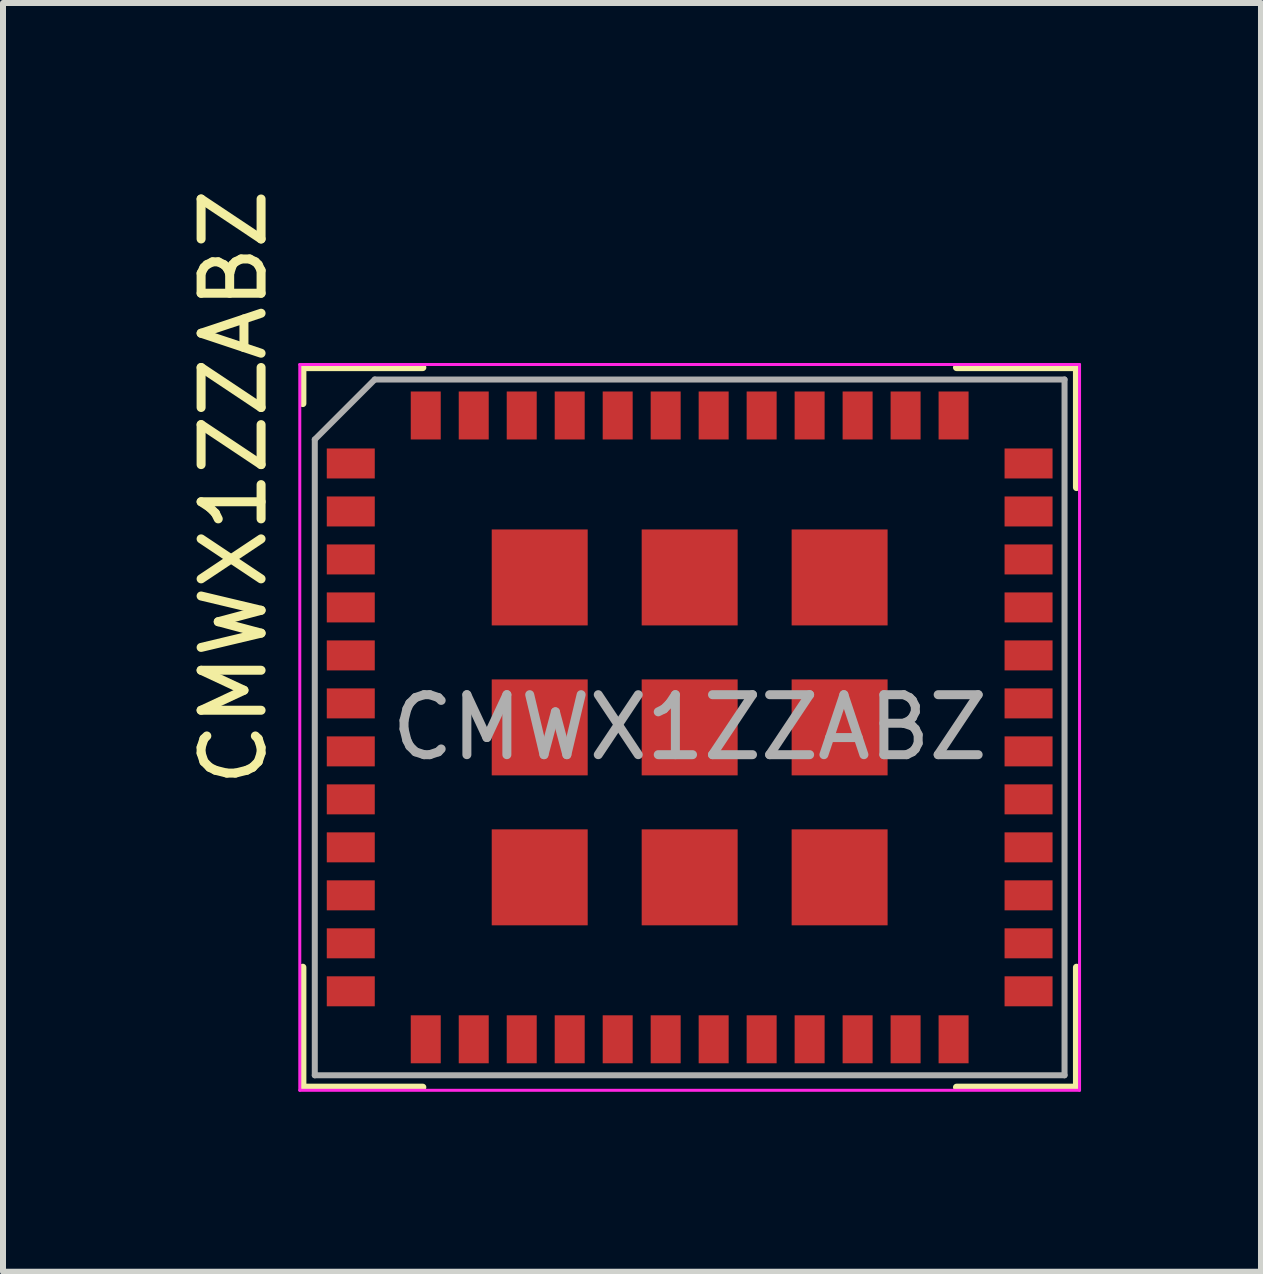
<source format=kicad_pcb>
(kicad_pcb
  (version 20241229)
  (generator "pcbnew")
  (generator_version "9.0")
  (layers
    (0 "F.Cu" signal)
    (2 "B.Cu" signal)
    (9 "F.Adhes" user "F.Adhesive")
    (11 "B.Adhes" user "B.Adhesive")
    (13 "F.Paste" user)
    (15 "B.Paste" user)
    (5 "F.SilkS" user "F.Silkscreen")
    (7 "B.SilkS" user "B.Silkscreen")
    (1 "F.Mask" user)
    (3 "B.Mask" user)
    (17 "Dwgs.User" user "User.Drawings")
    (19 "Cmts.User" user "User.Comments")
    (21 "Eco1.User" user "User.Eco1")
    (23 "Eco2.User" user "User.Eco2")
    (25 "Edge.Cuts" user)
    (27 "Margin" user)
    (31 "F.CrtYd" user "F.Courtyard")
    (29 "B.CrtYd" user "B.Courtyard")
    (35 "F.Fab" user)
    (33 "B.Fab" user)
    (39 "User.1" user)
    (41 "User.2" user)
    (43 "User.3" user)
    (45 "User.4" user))
  (footprint "CMWX1ZZABZ"
    (layer "F.Cu")
    (at 8.448 9.077)
    (property "Reference" "CMWX1ZZABZ" (at -7.6 -4 270) (layer "F.SilkS") (effects (font (size 1 1) (thickness 0.15))))
    (attr smd)
    (fp_line (start -6.45 -6) (end -6.45 -5.4) (stroke (width 0.12) (type solid)) (layer "F.SilkS"))
    (fp_line (start -6.45 -6) (end -4.45 -6) (stroke (width 0.12) (type solid)) (layer "F.SilkS"))
    (fp_line (start -6.45 4) (end -6.45 6) (stroke (width 0.12) (type solid)) (layer "F.SilkS"))
    (fp_line (start -6.45 6) (end -4.45 6) (stroke (width 0.12) (type solid)) (layer "F.SilkS"))
    (fp_line (start 4.45 -6) (end 6.45 -6) (stroke (width 0.12) (type solid)) (layer "F.SilkS"))
    (fp_line (start 4.45 6) (end 6.45 6) (stroke (width 0.12) (type solid)) (layer "F.SilkS"))
    (fp_line (start 6.45 -6) (end 6.45 -4) (stroke (width 0.12) (type solid)) (layer "F.SilkS"))
    (fp_line (start 6.45 4) (end 6.45 6) (stroke (width 0.12) (type solid)) (layer "F.SilkS"))
    (fp_line (start -6.5 -6.05) (end 6.5 -6.05) (stroke (width 0.05) (type solid)) (layer "F.CrtYd"))
    (fp_line (start -6.5 6.05) (end -6.5 -6.05) (stroke (width 0.05) (type solid)) (layer "F.CrtYd"))
    (fp_line (start -6.5 6.05) (end 6.5 6.05) (stroke (width 0.05) (type solid)) (layer "F.CrtYd"))
    (fp_line (start 6.5 -6.05) (end 6.5 6.05) (stroke (width 0.05) (type solid)) (layer "F.CrtYd"))
    (fp_line (start -6.25 -4.8) (end -6.25 5.8) (stroke (width 0.1) (type solid)) (layer "F.Fab"))
    (fp_line (start -6.25 5.8) (end 6.25 5.8) (stroke (width 0.1) (type solid)) (layer "F.Fab"))
    (fp_line (start -5.25 -5.8) (end -6.25 -4.8) (stroke (width 0.1) (type solid)) (layer "F.Fab"))
    (fp_line (start -5.25 -5.8) (end 6.25 -5.8) (stroke (width 0.1) (type solid)) (layer "F.Fab"))
    (fp_line (start 6.25 -5.8) (end 6.25 5.8) (stroke (width 0.1) (type solid)) (layer "F.Fab"))
    (fp_text user "${REFERENCE}" (at 0 0 0) (layer "F.Fab") (effects (font (size 1 1) (thickness 0.15))))
    (pad "1" smd rect (at -5.65 -4.4) (size 0.8 0.5) (layers "F.Cu" "F.Mask" "F.Paste"))
    (pad "2" smd rect (at -5.65 -3.6) (size 0.8 0.5) (layers "F.Cu" "F.Mask" "F.Paste"))
    (pad "3" smd rect (at -5.65 -2.8) (size 0.8 0.5) (layers "F.Cu" "F.Mask" "F.Paste"))
    (pad "4" smd rect (at -5.65 -2) (size 0.8 0.5) (layers "F.Cu" "F.Mask" "F.Paste"))
    (pad "5" smd rect (at -5.65 -1.2) (size 0.8 0.5) (layers "F.Cu" "F.Mask" "F.Paste"))
    (pad "6" smd rect (at -5.65 -0.4) (size 0.8 0.5) (layers "F.Cu" "F.Mask" "F.Paste"))
    (pad "7" smd rect (at -5.65 0.4) (size 0.8 0.5) (layers "F.Cu" "F.Mask" "F.Paste"))
    (pad "8" smd rect (at -5.65 1.2) (size 0.8 0.5) (layers "F.Cu" "F.Mask" "F.Paste"))
    (pad "9" smd rect (at -5.65 2) (size 0.8 0.5) (layers "F.Cu" "F.Mask" "F.Paste"))
    (pad "10" smd rect (at -5.65 2.8) (size 0.8 0.5) (layers "F.Cu" "F.Mask" "F.Paste"))
    (pad "11" smd rect (at -5.65 3.6) (size 0.8 0.5) (layers "F.Cu" "F.Mask" "F.Paste"))
    (pad "12" smd rect (at -5.65 4.4) (size 0.8 0.5) (layers "F.Cu" "F.Mask" "F.Paste"))
    (pad "13" smd rect (at -4.4 5.2 90) (size 0.8 0.5) (layers "F.Cu" "F.Mask" "F.Paste"))
    (pad "14" smd rect (at -3.6 5.2 90) (size 0.8 0.5) (layers "F.Cu" "F.Mask" "F.Paste"))
    (pad "15" smd rect (at -2.8 5.2 90) (size 0.8 0.5) (layers "F.Cu" "F.Mask" "F.Paste"))
    (pad "16" smd rect (at -2 5.2 90) (size 0.8 0.5) (layers "F.Cu" "F.Mask" "F.Paste"))
    (pad "17" smd rect (at -1.2 5.2 90) (size 0.8 0.5) (layers "F.Cu" "F.Mask" "F.Paste"))
    (pad "18" smd rect (at -0.4 5.2 90) (size 0.8 0.5) (layers "F.Cu" "F.Mask" "F.Paste"))
    (pad "19" smd rect (at 0.4 5.2 90) (size 0.8 0.5) (layers "F.Cu" "F.Mask" "F.Paste"))
    (pad "20" smd rect (at 1.2 5.2 270) (size 0.8 0.5) (layers "F.Cu" "F.Mask" "F.Paste"))
    (pad "21" smd rect (at 2 5.2 270) (size 0.8 0.5) (layers "F.Cu" "F.Mask" "F.Paste"))
    (pad "22" smd rect (at 2.8 5.2 270) (size 0.8 0.5) (layers "F.Cu" "F.Mask" "F.Paste"))
    (pad "23" smd rect (at 3.6 5.2 270) (size 0.8 0.5) (layers "F.Cu" "F.Mask" "F.Paste"))
    (pad "24" smd rect (at 4.4 5.2 270) (size 0.8 0.5) (layers "F.Cu" "F.Mask" "F.Paste"))
    (pad "25" smd rect (at 5.65 4.4) (size 0.8 0.5) (layers "F.Cu" "F.Mask" "F.Paste"))
    (pad "26" smd rect (at 5.65 3.6) (size 0.8 0.5) (layers "F.Cu" "F.Mask" "F.Paste"))
    (pad "27" smd rect (at 5.65 2.8) (size 0.8 0.5) (layers "F.Cu" "F.Mask" "F.Paste"))
    (pad "28" smd rect (at 5.65 2) (size 0.8 0.5) (layers "F.Cu" "F.Mask" "F.Paste"))
    (pad "29" smd rect (at 5.65 1.2) (size 0.8 0.5) (layers "F.Cu" "F.Mask" "F.Paste"))
    (pad "30" smd rect (at 5.65 0.4) (size 0.8 0.5) (layers "F.Cu" "F.Mask" "F.Paste"))
    (pad "31" smd rect (at 5.65 -0.4) (size 0.8 0.5) (layers "F.Cu" "F.Mask" "F.Paste"))
    (pad "32" smd rect (at 5.65 -1.2) (size 0.8 0.5) (layers "F.Cu" "F.Mask" "F.Paste"))
    (pad "33" smd rect (at 5.65 -2) (size 0.8 0.5) (layers "F.Cu" "F.Mask" "F.Paste"))
    (pad "34" smd rect (at 5.65 -2.8) (size 0.8 0.5) (layers "F.Cu" "F.Mask" "F.Paste"))
    (pad "35" smd rect (at 5.65 -3.6) (size 0.8 0.5) (layers "F.Cu" "F.Mask" "F.Paste"))
    (pad "36" smd rect (at 5.65 -4.4) (size 0.8 0.5) (layers "F.Cu" "F.Mask" "F.Paste"))
    (pad "37" smd rect (at 4.4 -5.2 90) (size 0.8 0.5) (layers "F.Cu" "F.Mask" "F.Paste"))
    (pad "38" smd rect (at 3.6 -5.2 90) (size 0.8 0.5) (layers "F.Cu" "F.Mask" "F.Paste"))
    (pad "39" smd rect (at 2.8 -5.2 90) (size 0.8 0.5) (layers "F.Cu" "F.Mask" "F.Paste"))
    (pad "40" smd rect (at 2 -5.2 90) (size 0.8 0.5) (layers "F.Cu" "F.Mask" "F.Paste"))
    (pad "41" smd rect (at 1.2 -5.2 90) (size 0.8 0.5) (layers "F.Cu" "F.Mask" "F.Paste"))
    (pad "42" smd rect (at 0.4 -5.2 90) (size 0.8 0.5) (layers "F.Cu" "F.Mask" "F.Paste"))
    (pad "43" smd rect (at -0.4 -5.2 90) (size 0.8 0.5) (layers "F.Cu" "F.Mask" "F.Paste"))
    (pad "44" smd rect (at -1.2 -5.2 90) (size 0.8 0.5) (layers "F.Cu" "F.Mask" "F.Paste"))
    (pad "45" smd rect (at -2 -5.2 90) (size 0.8 0.5) (layers "F.Cu" "F.Mask" "F.Paste"))
    (pad "46" smd rect (at -2.8 -5.2 90) (size 0.8 0.5) (layers "F.Cu" "F.Mask" "F.Paste"))
    (pad "47" smd rect (at -3.6 -5.2 90) (size 0.8 0.5) (layers "F.Cu" "F.Mask" "F.Paste"))
    (pad "48" smd rect (at -4.4 -5.2 90) (size 0.8 0.5) (layers "F.Cu" "F.Mask" "F.Paste"))
    (pad "49" smd rect (at -2.5 -2.5 90) (size 1.6 1.6) (layers "F.Cu" "F.Mask" "F.Paste"))
    (pad "50" smd rect (at 0 -2.5 90) (size 1.6 1.6) (layers "F.Cu" "F.Mask" "F.Paste"))
    (pad "51" smd rect (at 2.5 -2.5 90) (size 1.6 1.6) (layers "F.Cu" "F.Mask" "F.Paste"))
    (pad "52" smd rect (at -2.5 0 90) (size 1.6 1.6) (layers "F.Cu" "F.Mask" "F.Paste"))
    (pad "53" smd rect (at 0 0 90) (size 1.6 1.6) (layers "F.Cu" "F.Mask" "F.Paste"))
    (pad "54" smd rect (at 2.5 0 90) (size 1.6 1.6) (layers "F.Cu" "F.Mask" "F.Paste"))
    (pad "55" smd rect (at -2.5 2.5 90) (size 1.6 1.6) (layers "F.Cu" "F.Mask" "F.Paste"))
    (pad "56" smd rect (at 0 2.5 90) (size 1.6 1.6) (layers "F.Cu" "F.Mask" "F.Paste"))
    (pad "57" smd rect (at 2.5 2.5 90) (size 1.6 1.6) (layers "F.Cu" "F.Mask" "F.Paste")))
  (gr_rect
    (start -3 -3)
    (end 17.973 18.152)
    (stroke (width 0.1) (type default))
    (fill no)
    (layer "Edge.Cuts")))
</source>
